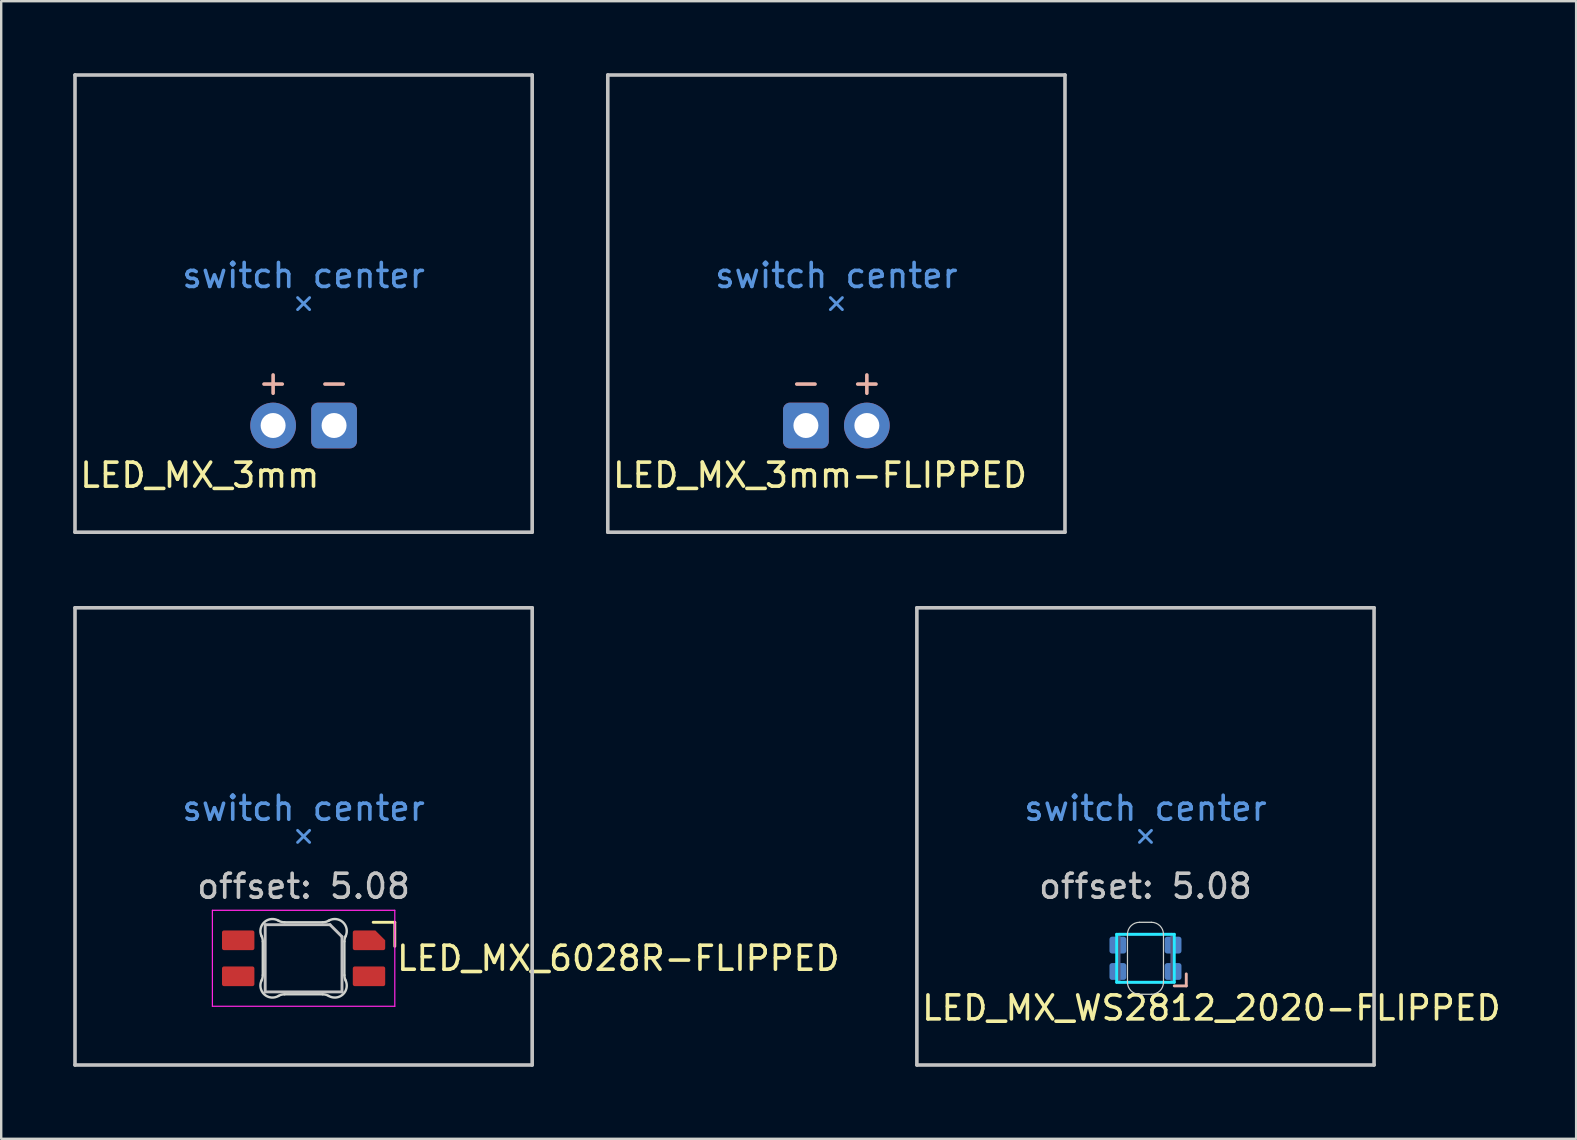
<source format=kicad_pcb>
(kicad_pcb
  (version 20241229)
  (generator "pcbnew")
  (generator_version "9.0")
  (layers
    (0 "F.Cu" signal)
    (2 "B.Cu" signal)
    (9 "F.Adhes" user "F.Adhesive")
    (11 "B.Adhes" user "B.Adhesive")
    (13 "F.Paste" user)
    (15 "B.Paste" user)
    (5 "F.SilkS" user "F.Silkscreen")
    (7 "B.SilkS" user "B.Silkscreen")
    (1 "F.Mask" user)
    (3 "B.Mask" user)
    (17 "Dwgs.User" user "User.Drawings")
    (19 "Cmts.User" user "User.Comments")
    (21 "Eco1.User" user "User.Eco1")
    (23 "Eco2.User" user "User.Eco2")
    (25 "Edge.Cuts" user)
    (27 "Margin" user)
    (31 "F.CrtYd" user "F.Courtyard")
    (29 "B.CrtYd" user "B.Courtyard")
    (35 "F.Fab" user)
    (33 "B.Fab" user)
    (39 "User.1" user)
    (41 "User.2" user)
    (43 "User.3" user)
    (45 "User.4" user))
  (footprint "LED_MX_3mm-FLIPPED"
    (layer "F.Cu")
    (at 31.8 14.68)
    (property "Reference" "LED_MX_3mm-FLIPPED" (at -9.4 2.07 0) (layer "F.SilkS") (effects (font (size 1 1) (thickness 0.15)) (justify left)))
    (attr through_hole exclude_from_pos_files exclude_from_bom)
    (fp_line (start -9.525 -14.605) (end 9.525 -14.605) (stroke (width 0.15) (type solid)) (layer "Dwgs.User"))
    (fp_line (start -9.525 4.445) (end -9.525 -14.605) (stroke (width 0.15) (type solid)) (layer "Dwgs.User"))
    (fp_line (start 9.525 -14.605) (end 9.525 4.445) (stroke (width 0.15) (type solid)) (layer "Dwgs.User"))
    (fp_line (start 9.525 4.445) (end -9.525 4.445) (stroke (width 0.15) (type solid)) (layer "Dwgs.User"))
    (fp_line (start -0.25 -4.83) (end 0 -5.08) (stroke (width 0.12) (type solid)) (layer "Cmts.User"))
    (fp_line (start 0 -5.08) (end -0.25 -5.33) (stroke (width 0.12) (type solid)) (layer "Cmts.User"))
    (fp_line (start 0 -5.08) (end 0.25 -5.33) (stroke (width 0.12) (type solid)) (layer "Cmts.User"))
    (fp_line (start 0.25 -4.83) (end 0 -5.08) (stroke (width 0.12) (type solid)) (layer "Cmts.User"))
    (fp_text user "-" (at -1.27 -1.8 0) (layer "B.SilkS") (effects (font (size 1 1) (thickness 0.15))))
    (fp_text user "+" (at 1.27 -1.8 0) (layer "B.SilkS") (effects (font (size 1 1) (thickness 0.15))))
    (fp_text user "switch center" (at 0 -6.25 0) (layer "Cmts.User") (effects (font (size 1 1) (thickness 0.15))))
    (pad "1" thru_hole roundrect (at -1.27 0) (size 1.905 1.905) (drill 1.04) (layers "*.Cu" "B.Mask") (roundrect_rratio 0.15))
    (pad "2" thru_hole circle (at 1.27 0) (size 1.905 1.905) (drill 1.04) (layers "*.Cu" "B.Mask")))
  (footprint "LED_MX_WS2812_2020-FLIPPED"
    (layer "F.Cu")
    (at 44.679 36.88)
    (property "Reference" "LED_MX_WS2812_2020-FLIPPED" (at -9.4 2.07 0) (layer "F.SilkS") (effects (font (size 1 1) (thickness 0.15)) (justify left)))
    (attr smd)
    (fp_line (start 1.7 0.65) (end 1.7 1.15) (stroke (width 0.12) (type solid)) (layer "B.SilkS"))
    (fp_line (start 1.7 1.15) (end 1.2 1.15) (stroke (width 0.12) (type solid)) (layer "B.SilkS"))
    (fp_line (start -9.525 -14.605) (end 9.525 -14.605) (stroke (width 0.15) (type solid)) (layer "Dwgs.User"))
    (fp_line (start -9.525 4.445) (end -9.525 -14.605) (stroke (width 0.15) (type solid)) (layer "Dwgs.User"))
    (fp_line (start 9.525 -14.605) (end 9.525 4.445) (stroke (width 0.15) (type solid)) (layer "Dwgs.User"))
    (fp_line (start 9.525 4.445) (end -9.525 4.445) (stroke (width 0.15) (type solid)) (layer "Dwgs.User"))
    (fp_line (start -0.25 -4.83) (end 0 -5.08) (stroke (width 0.12) (type solid)) (layer "Cmts.User"))
    (fp_line (start 0 -5.08) (end -0.25 -5.33) (stroke (width 0.12) (type solid)) (layer "Cmts.User"))
    (fp_line (start 0 -5.08) (end 0.25 -5.33) (stroke (width 0.12) (type solid)) (layer "Cmts.User"))
    (fp_line (start 0.25 -4.83) (end 0 -5.08) (stroke (width 0.12) (type solid)) (layer "Cmts.User"))
    (fp_line (start -0.75 -1) (end -0.75 1) (stroke (width 0.05) (type solid)) (layer "Edge.Cuts"))
    (fp_line (start -0.25 -1.5) (end 0.25 -1.5) (stroke (width 0.05) (type solid)) (layer "Edge.Cuts"))
    (fp_line (start 0.25 1.5) (end -0.25 1.5) (stroke (width 0.05) (type solid)) (layer "Edge.Cuts"))
    (fp_line (start 0.75 1) (end 0.75 -1) (stroke (width 0.05) (type solid)) (layer "Edge.Cuts"))
    (fp_arc (start -0.75 -1) (mid -0.603554 -1.353553) (end -0.250001 -1.499999) (stroke (width 0.05) (type solid)) (layer "Edge.Cuts"))
    (fp_arc (start -0.250001 1.500001) (mid -0.603554 1.353554) (end -0.75 1) (stroke (width 0.05) (type solid)) (layer "Edge.Cuts"))
    (fp_arc (start 0.250001 -1.500001) (mid 0.603554 -1.353554) (end 0.75 -1) (stroke (width 0.05) (type solid)) (layer "Edge.Cuts"))
    (fp_arc (start 0.75 1) (mid 0.603554 1.353553) (end 0.250001 1.499999) (stroke (width 0.05) (type solid)) (layer "Edge.Cuts"))
    (fp_line (start -1.2 -1) (end 1.2 -1) (stroke (width 0.12) (type solid)) (layer "B.CrtYd"))
    (fp_line (start -1.2 1) (end -1.2 -1) (stroke (width 0.12) (type solid)) (layer "B.CrtYd"))
    (fp_line (start 1.2 -1) (end 1.2 1) (stroke (width 0.12) (type solid)) (layer "B.CrtYd"))
    (fp_line (start 1.2 1) (end -1.2 1) (stroke (width 0.12) (type solid)) (layer "B.CrtYd"))
    (fp_line (start -1.1 -1) (end 1.1 -1) (stroke (width 0.12) (type solid)) (layer "B.Fab"))
    (fp_line (start -1.1 1) (end -1.1 -1) (stroke (width 0.12) (type solid)) (layer "B.Fab"))
    (fp_line (start 1.1 -1) (end 1.1 1) (stroke (width 0.12) (type solid)) (layer "B.Fab"))
    (fp_line (start 1.1 1) (end -1.1 1) (stroke (width 0.12) (type solid)) (layer "B.Fab"))
    (fp_text user "offset: 5.08" (at 0 -3 0) (layer "Dwgs.User") (effects (font (size 1 1) (thickness 0.15))))
    (fp_text user "switch center" (at 0 -6.25 0) (layer "Cmts.User") (effects (font (size 1 1) (thickness 0.15))))
    (pad "1" smd roundrect (at 1.15 0.55 180) (size 0.7 0.7) (layers "B.Cu" "B.Mask" "B.Paste") (roundrect_rratio 0.15))
    (pad "2" smd roundrect (at 1.15 -0.55 180) (size 0.7 0.7) (layers "B.Cu" "B.Mask" "B.Paste") (roundrect_rratio 0.15))
    (pad "3" smd roundrect (at -1.15 -0.55 180) (size 0.7 0.7) (layers "B.Cu" "B.Mask" "B.Paste") (roundrect_rratio 0.15))
    (pad "4" smd roundrect (at -1.15 0.55 180) (size 0.7 0.7) (layers "B.Cu" "B.Mask" "B.Paste") (roundrect_rratio 0.15)))
  (footprint "LED_MX_6028R-FLIPPED"
    (layer "F.Cu")
    (at 9.6 36.88)
    (property "Reference" "LED_MX_6028R-FLIPPED" (at 3.8 0 0) (layer "F.SilkS") (effects (font (size 1 1) (thickness 0.15)) (justify left)))
    (attr smd)
    (fp_line (start 3.8 -1.5) (end 2.9 -1.5) (stroke (width 0.12) (type solid)) (layer "F.SilkS"))
    (fp_line (start 3.8 -0.5) (end 3.8 -1.5) (stroke (width 0.12) (type solid)) (layer "F.SilkS"))
    (fp_line (start -9.525 -14.605) (end -9.525 4.445) (stroke (width 0.15) (type solid)) (layer "Dwgs.User"))
    (fp_line (start -9.525 4.445) (end 9.525 4.445) (stroke (width 0.15) (type solid)) (layer "Dwgs.User"))
    (fp_line (start -1.6 -1.4) (end 1.1 -1.4) (stroke (width 0.12) (type solid)) (layer "Dwgs.User"))
    (fp_line (start -1.6 1.4) (end -1.6 -1.4) (stroke (width 0.12) (type solid)) (layer "Dwgs.User"))
    (fp_line (start 1.6 -0.9) (end 1.1 -1.4) (stroke (width 0.12) (type solid)) (layer "Dwgs.User"))
    (fp_line (start 1.6 -0.9) (end 1.6 1.4) (stroke (width 0.12) (type solid)) (layer "Dwgs.User"))
    (fp_line (start 1.6 1.4) (end -1.6 1.4) (stroke (width 0.12) (type solid)) (layer "Dwgs.User"))
    (fp_line (start 9.525 -14.605) (end -9.525 -14.605) (stroke (width 0.15) (type solid)) (layer "Dwgs.User"))
    (fp_line (start 9.525 4.445) (end 9.525 -14.605) (stroke (width 0.15) (type solid)) (layer "Dwgs.User"))
    (fp_line (start -0.25 -4.83) (end 0 -5.08) (stroke (width 0.12) (type solid)) (layer "Cmts.User"))
    (fp_line (start 0 -5.08) (end -0.25 -5.33) (stroke (width 0.12) (type solid)) (layer "Cmts.User"))
    (fp_line (start 0 -5.08) (end 0.25 -5.33) (stroke (width 0.12) (type solid)) (layer "Cmts.User"))
    (fp_line (start 0.25 -4.83) (end 0 -5.08) (stroke (width 0.12) (type solid)) (layer "Cmts.User"))
    (fp_line (start -1.7 -0.703) (end -1.7 0.703) (stroke (width 0.1) (type solid)) (layer "Edge.Cuts"))
    (fp_line (start -0.794 1.5) (end 0.794 1.5) (stroke (width 0.1) (type solid)) (layer "Edge.Cuts"))
    (fp_line (start 0.794 -1.5) (end -0.794 -1.5) (stroke (width 0.1) (type solid)) (layer "Edge.Cuts"))
    (fp_line (start 1.7 0.703) (end 1.7 -0.703) (stroke (width 0.1) (type solid)) (layer "Edge.Cuts"))
    (fp_arc (start -1.749484 -0.919719) (mid -1.712527 -0.814067) (end -1.699999 -0.702842) (stroke (width 0.1) (type solid)) (layer "Edge.Cuts"))
    (fp_arc (start -1.749484 -0.919719) (mid -1.63807 -1.504033) (end -1.046711 -1.568296) (stroke (width 0.1) (type solid)) (layer "Edge.Cuts"))
    (fp_arc (start -1.699999 0.702843) (mid -1.712527 0.814069) (end -1.749484 0.919721) (stroke (width 0.1) (type solid)) (layer "Edge.Cuts"))
    (fp_arc (start -1.046711 1.5683) (mid -1.638071 1.504036) (end -1.749484 0.919721) (stroke (width 0.1) (type solid)) (layer "Edge.Cuts"))
    (fp_arc (start -1.046711 1.5683) (mid -0.925123 1.517378) (end -0.794453 1.500001) (stroke (width 0.1) (type solid)) (layer "Edge.Cuts"))
    (fp_arc (start -0.794452 -1.499999) (mid -0.925122 -1.517376) (end -1.04671 -1.568298) (stroke (width 0.1) (type solid)) (layer "Edge.Cuts"))
    (fp_arc (start 0.794453 1.5) (mid 0.925123 1.517377) (end 1.046711 1.568299) (stroke (width 0.1) (type solid)) (layer "Edge.Cuts"))
    (fp_arc (start 1.046711 -1.568298) (mid 0.925123 -1.517376) (end 0.794452 -1.499999) (stroke (width 0.1) (type solid)) (layer "Edge.Cuts"))
    (fp_arc (start 1.046711 -1.568298) (mid 1.638072 -1.504034) (end 1.749484 -0.919718) (stroke (width 0.1) (type solid)) (layer "Edge.Cuts"))
    (fp_arc (start 1.699999 -0.702841) (mid 1.712527 -0.814067) (end 1.749484 -0.919719) (stroke (width 0.1) (type solid)) (layer "Edge.Cuts"))
    (fp_arc (start 1.749484 0.919721) (mid 1.63807 1.504035) (end 1.046711 1.568299) (stroke (width 0.1) (type solid)) (layer "Edge.Cuts"))
    (fp_arc (start 1.749484 0.919721) (mid 1.712527 0.814069) (end 1.699999 0.702844) (stroke (width 0.1) (type solid)) (layer "Edge.Cuts"))
    (fp_line (start -3.8 -2) (end 3.8 -2) (stroke (width 0.05) (type solid)) (layer "F.CrtYd"))
    (fp_line (start -3.8 2) (end -3.8 -2) (stroke (width 0.05) (type solid)) (layer "F.CrtYd"))
    (fp_line (start 3.8 -2) (end 3.8 2) (stroke (width 0.05) (type solid)) (layer "F.CrtYd"))
    (fp_line (start 3.8 2) (end -3.8 2) (stroke (width 0.05) (type solid)) (layer "F.CrtYd"))
    (fp_text user "offset: 5.08" (at 0 -3 0) (layer "Dwgs.User") (effects (font (size 1 1) (thickness 0.15))))
    (fp_text user "switch center" (at 0 -6.25 0) (layer "Cmts.User") (effects (font (size 1 1) (thickness 0.15))))
    (pad "1" smd roundrect (at -2.725 0.75 270) (size 0.82 1.35) (layers "F.Cu" "F.Mask" "F.Paste") (roundrect_rratio 0.1))
    (pad "2" smd roundrect (at -2.725 -0.75 270) (size 0.82 1.35) (layers "F.Cu" "F.Mask" "F.Paste") (roundrect_rratio 0.1))
    (pad "3" smd roundrect (at 2.725 0.75 270) (size 0.82 1.35) (layers "F.Cu" "F.Mask" "F.Paste") (roundrect_rratio 0.1))
    (pad "4" smd roundrect (at 2.725 -0.75 270) (size 0.82 1.35) (layers "F.Cu" "F.Mask" "F.Paste") (roundrect_rratio 0.1) (chamfer_ratio 0.5) (chamfer top_left)))
  (footprint "LED_MX_3mm"
    (layer "F.Cu")
    (at 9.6 14.68)
    (property "Reference" "LED_MX_3mm" (at -9.4 2.07 0) (layer "F.SilkS") (effects (font (size 1 1) (thickness 0.15)) (justify left)))
    (attr through_hole exclude_from_pos_files exclude_from_bom)
    (fp_line (start -9.525 -14.605) (end 9.525 -14.605) (stroke (width 0.15) (type solid)) (layer "Dwgs.User"))
    (fp_line (start -9.525 4.445) (end -9.525 -14.605) (stroke (width 0.15) (type solid)) (layer "Dwgs.User"))
    (fp_line (start 9.525 -14.605) (end 9.525 4.445) (stroke (width 0.15) (type solid)) (layer "Dwgs.User"))
    (fp_line (start 9.525 4.445) (end -9.525 4.445) (stroke (width 0.15) (type solid)) (layer "Dwgs.User"))
    (fp_line (start -0.25 -4.83) (end 0 -5.08) (stroke (width 0.12) (type solid)) (layer "Cmts.User"))
    (fp_line (start 0 -5.08) (end -0.25 -5.33) (stroke (width 0.12) (type solid)) (layer "Cmts.User"))
    (fp_line (start 0 -5.08) (end 0.25 -5.33) (stroke (width 0.12) (type solid)) (layer "Cmts.User"))
    (fp_line (start 0.25 -4.83) (end 0 -5.08) (stroke (width 0.12) (type solid)) (layer "Cmts.User"))
    (fp_text user "-" (at 1.27 -1.8 0) (layer "B.SilkS") (effects (font (size 1 1) (thickness 0.15))))
    (fp_text user "+" (at -1.27 -1.8 0) (layer "B.SilkS") (effects (font (size 1 1) (thickness 0.15))))
    (fp_text user "switch center" (at 0 -6.25 0) (layer "Cmts.User") (effects (font (size 1 1) (thickness 0.15))))
    (pad "1" thru_hole roundrect (at 1.27 0) (size 1.905 1.905) (drill 1.04) (layers "*.Cu" "B.Mask") (roundrect_rratio 0.15))
    (pad "2" thru_hole circle (at -1.27 0) (size 1.905 1.905) (drill 1.04) (layers "*.Cu" "B.Mask")))
  (gr_rect
    (start -3 -3)
    (end 62.624 44.4)
    (stroke (width 0.1) (type default))
    (fill no)
    (layer "Edge.Cuts")))
</source>
